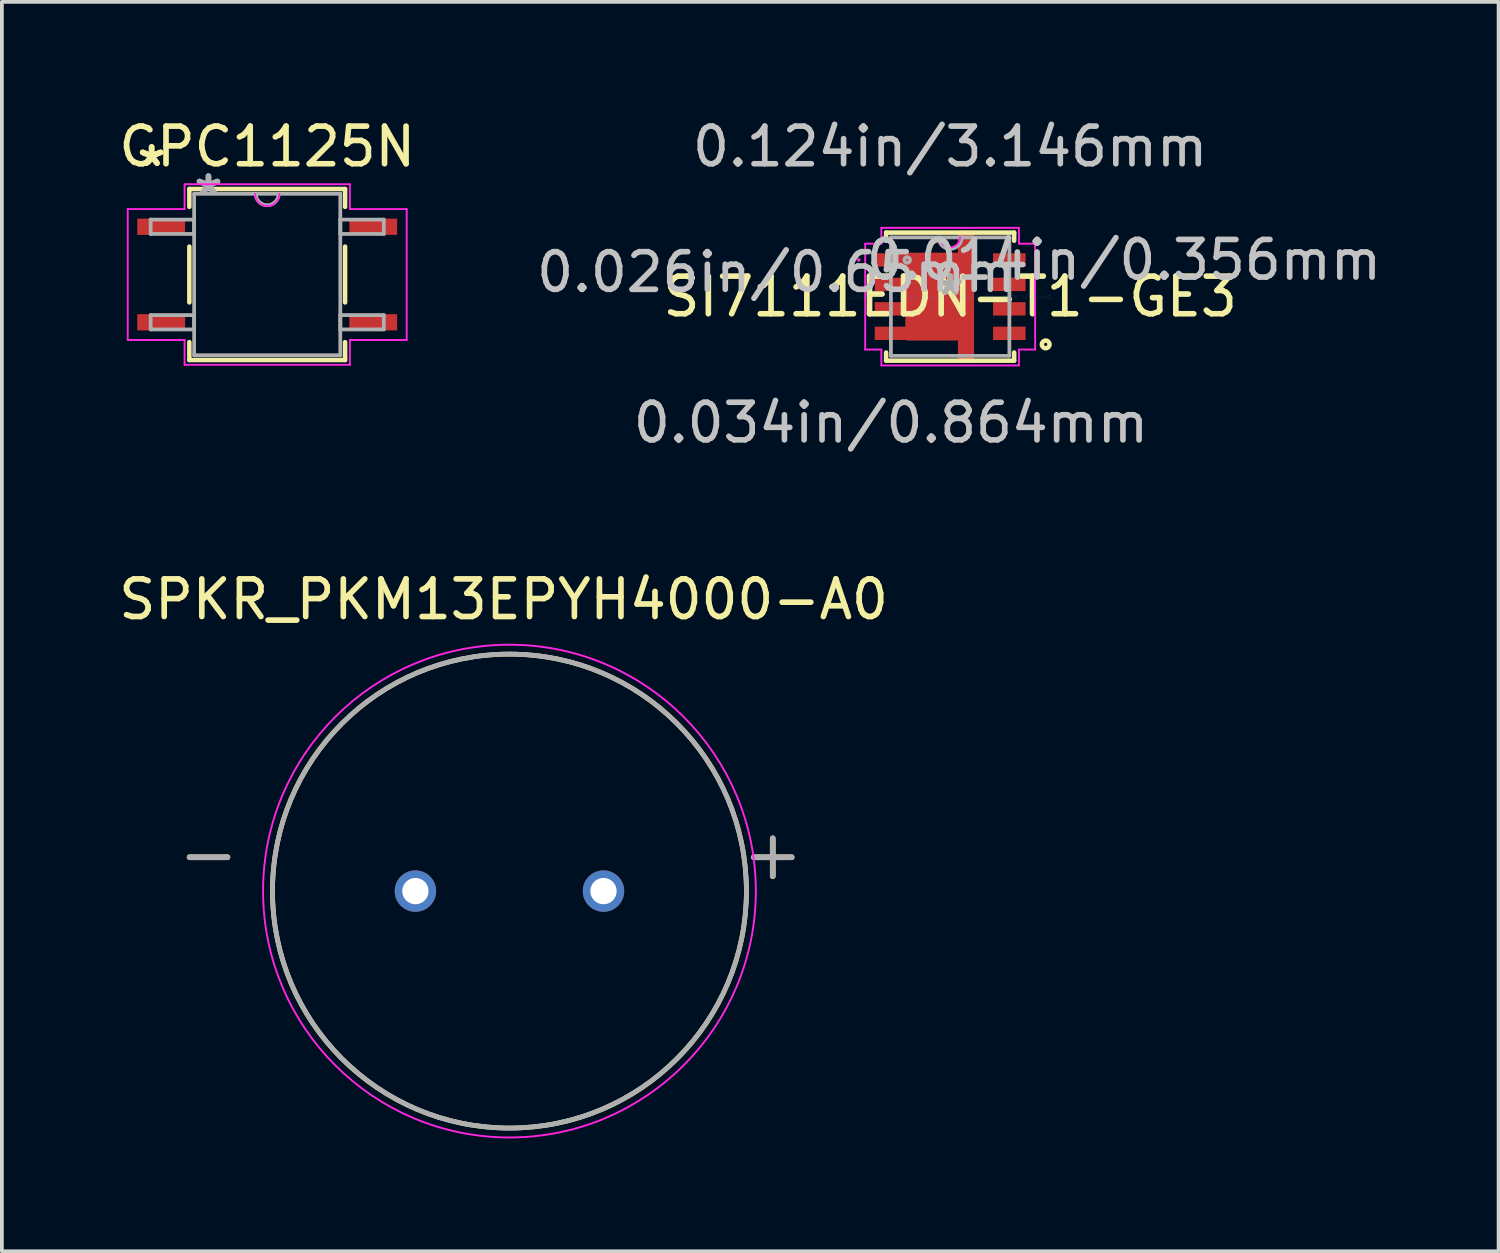
<source format=kicad_pcb>
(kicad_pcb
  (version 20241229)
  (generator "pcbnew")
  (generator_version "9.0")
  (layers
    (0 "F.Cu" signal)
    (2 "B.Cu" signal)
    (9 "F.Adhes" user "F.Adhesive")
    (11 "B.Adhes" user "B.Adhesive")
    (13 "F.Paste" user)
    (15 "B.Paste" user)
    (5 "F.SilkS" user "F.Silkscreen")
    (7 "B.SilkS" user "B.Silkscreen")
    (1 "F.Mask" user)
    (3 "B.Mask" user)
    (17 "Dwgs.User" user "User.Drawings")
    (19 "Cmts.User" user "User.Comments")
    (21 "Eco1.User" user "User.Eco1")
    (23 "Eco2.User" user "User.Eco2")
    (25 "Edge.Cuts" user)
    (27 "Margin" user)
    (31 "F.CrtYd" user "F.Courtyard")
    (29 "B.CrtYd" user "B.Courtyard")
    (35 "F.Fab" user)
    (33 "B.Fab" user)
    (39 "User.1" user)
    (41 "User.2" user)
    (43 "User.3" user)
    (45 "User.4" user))
  (footprint "SPKR_PKM13EPYH4000-A0"
    (layer "F.Cu")
    (at 10.494 20.64)
    (property "Reference" "SPKR_PKM13EPYH4000-A0" (at -0.155 -7.755 0) (layer "F.SilkS") (effects (font (size 1 1) (thickness 0.15))))
    (attr through_hole)
    (fp_circle (center 0 0) (end 6.3 0) (stroke (width 0.127) (type solid)) (fill no) (layer "F.SilkS"))
    (fp_circle (center 0 0) (end 6.55 0) (stroke (width 0.05) (type solid)) (fill no) (layer "F.CrtYd"))
    (fp_circle (center 0 0) (end 6.3 0) (stroke (width 0.127) (type solid)) (fill no) (layer "F.Fab"))
    (fp_text user "-" (at -8 -1 0) (layer "F.SilkS") (effects (font (size 1.32 1.32) (thickness 0.15))))
    (fp_text user "+" (at 7 -1 0) (layer "F.SilkS") (effects (font (size 1.32 1.32) (thickness 0.15))))
    (fp_text user "-" (at -8 -1 0) (layer "F.Fab") (effects (font (size 1.32 1.32) (thickness 0.15))))
    (fp_text user "+" (at 7 -1 0) (layer "F.Fab") (effects (font (size 1.32 1.32) (thickness 0.15))))
    (pad "N" thru_hole circle (at -2.5 0) (size 1.1 1.1) (drill 0.7) (layers "*.Cu" "*.Mask"))
    (pad "P" thru_hole circle (at 2.5 0) (size 1.1 1.1) (drill 0.7) (layers "*.Cu" "*.Mask")))
  (footprint "CPC1125N"
    (layer "F.Cu")
    (at 4.054 4.248)
    (property "Reference" "CPC1125N" (at 0 -3.4 0) (layer "F.SilkS") (effects (font (size 1 1) (thickness 0.15))))
    (attr through_hole)
    (fp_line (start -2.07 -2.273) (end -2.07 -1.798) (stroke (width 0.12) (type solid)) (layer "F.SilkS"))
    (fp_line (start -2.07 -0.742) (end -2.07 0.742) (stroke (width 0.12) (type solid)) (layer "F.SilkS"))
    (fp_line (start -2.07 1.798) (end -2.07 2.273) (stroke (width 0.12) (type solid)) (layer "F.SilkS"))
    (fp_line (start -2.07 2.273) (end 2.07 2.273) (stroke (width 0.12) (type solid)) (layer "F.SilkS"))
    (fp_line (start 2.07 -2.273) (end -2.07 -2.273) (stroke (width 0.12) (type solid)) (layer "F.SilkS"))
    (fp_line (start 2.07 -1.798) (end 2.07 -2.273) (stroke (width 0.12) (type solid)) (layer "F.SilkS"))
    (fp_line (start 2.07 0.742) (end 2.07 -0.742) (stroke (width 0.12) (type solid)) (layer "F.SilkS"))
    (fp_line (start 2.07 2.273) (end 2.07 1.798) (stroke (width 0.12) (type solid)) (layer "F.SilkS"))
    (fp_line (start -3.708 -1.74) (end -2.197 -1.74) (stroke (width 0.05) (type solid)) (layer "F.CrtYd"))
    (fp_line (start -3.708 1.74) (end -3.708 -1.74) (stroke (width 0.05) (type solid)) (layer "F.CrtYd"))
    (fp_line (start -2.197 -2.4) (end 2.197 -2.4) (stroke (width 0.05) (type solid)) (layer "F.CrtYd"))
    (fp_line (start -2.197 -1.74) (end -2.197 -2.4) (stroke (width 0.05) (type solid)) (layer "F.CrtYd"))
    (fp_line (start -2.197 1.74) (end -3.708 1.74) (stroke (width 0.05) (type solid)) (layer "F.CrtYd"))
    (fp_line (start -2.197 2.4) (end -2.197 1.74) (stroke (width 0.05) (type solid)) (layer "F.CrtYd"))
    (fp_line (start 2.197 -2.4) (end 2.197 -1.74) (stroke (width 0.05) (type solid)) (layer "F.CrtYd"))
    (fp_line (start 2.197 -1.74) (end 3.708 -1.74) (stroke (width 0.05) (type solid)) (layer "F.CrtYd"))
    (fp_line (start 2.197 1.74) (end 2.197 2.4) (stroke (width 0.05) (type solid)) (layer "F.CrtYd"))
    (fp_line (start 2.197 2.4) (end -2.197 2.4) (stroke (width 0.05) (type solid)) (layer "F.CrtYd"))
    (fp_line (start 3.708 -1.74) (end 3.708 1.74) (stroke (width 0.05) (type solid)) (layer "F.CrtYd"))
    (fp_line (start 3.708 1.74) (end 2.197 1.74) (stroke (width 0.05) (type solid)) (layer "F.CrtYd"))
    (fp_arc (start 0.32385 -2.1463) (mid 0 -1.82245) (end -0.32385 -2.1463) (stroke (width 0.05) (type solid)) (layer "F.CrtYd"))
    (fp_line (start -3.099 -1.46) (end -3.099 -1.079) (stroke (width 0.1) (type solid)) (layer "F.Fab"))
    (fp_line (start -3.099 -1.079) (end -1.943 -1.079) (stroke (width 0.1) (type solid)) (layer "F.Fab"))
    (fp_line (start -3.099 1.079) (end -3.099 1.46) (stroke (width 0.1) (type solid)) (layer "F.Fab"))
    (fp_line (start -3.099 1.46) (end -1.943 1.46) (stroke (width 0.1) (type solid)) (layer "F.Fab"))
    (fp_line (start -1.943 -2.146) (end -1.943 2.146) (stroke (width 0.1) (type solid)) (layer "F.Fab"))
    (fp_line (start -1.943 -1.46) (end -3.099 -1.46) (stroke (width 0.1) (type solid)) (layer "F.Fab"))
    (fp_line (start -1.943 -1.079) (end -1.943 -1.46) (stroke (width 0.1) (type solid)) (layer "F.Fab"))
    (fp_line (start -1.943 1.079) (end -3.099 1.079) (stroke (width 0.1) (type solid)) (layer "F.Fab"))
    (fp_line (start -1.943 1.46) (end -1.943 1.079) (stroke (width 0.1) (type solid)) (layer "F.Fab"))
    (fp_line (start -1.943 2.146) (end 1.943 2.146) (stroke (width 0.1) (type solid)) (layer "F.Fab"))
    (fp_line (start 1.943 -2.146) (end -1.943 -2.146) (stroke (width 0.1) (type solid)) (layer "F.Fab"))
    (fp_line (start 1.943 -1.46) (end 1.943 -1.079) (stroke (width 0.1) (type solid)) (layer "F.Fab"))
    (fp_line (start 1.943 -1.079) (end 3.099 -1.079) (stroke (width 0.1) (type solid)) (layer "F.Fab"))
    (fp_line (start 1.943 1.079) (end 1.943 1.46) (stroke (width 0.1) (type solid)) (layer "F.Fab"))
    (fp_line (start 1.943 1.46) (end 3.099 1.46) (stroke (width 0.1) (type solid)) (layer "F.Fab"))
    (fp_line (start 1.943 2.146) (end 1.943 -2.146) (stroke (width 0.1) (type solid)) (layer "F.Fab"))
    (fp_line (start 3.099 -1.46) (end 1.943 -1.46) (stroke (width 0.1) (type solid)) (layer "F.Fab"))
    (fp_line (start 3.099 -1.079) (end 3.099 -1.46) (stroke (width 0.1) (type solid)) (layer "F.Fab"))
    (fp_line (start 3.099 1.079) (end 1.943 1.079) (stroke (width 0.1) (type solid)) (layer "F.Fab"))
    (fp_line (start 3.099 1.46) (end 3.099 1.079) (stroke (width 0.1) (type solid)) (layer "F.Fab"))
    (fp_arc (start 0.3048 -2.1463) (mid 0 -1.8415) (end -0.3048 -2.1463) (stroke (width 0.1) (type solid)) (layer "F.Fab"))
    (fp_text user "*" (at -3.073 -2.845 0) (layer "F.SilkS") (effects (font (size 1 1) (thickness 0.15))))
    (fp_text user "*" (at -3.073 -2.845 0) (layer "F.SilkS") (effects (font (size 1 1) (thickness 0.15))))
    (fp_text user "*" (at -1.562 -2.07 0) (layer "F.Fab") (effects (font (size 1 1) (thickness 0.15))))
    (fp_text user "*" (at -1.562 -2.07 0) (layer "F.Fab") (effects (font (size 1 1) (thickness 0.15))))
    (pad "1" smd rect (at -2.819 -1.27) (size 1.27 0.432) (layers "F.Cu" "F.Mask" "F.Paste"))
    (pad "2" smd rect (at -2.819 1.27) (size 1.27 0.432) (layers "F.Cu" "F.Mask" "F.Paste"))
    (pad "3" smd rect (at 2.819 1.27) (size 1.27 0.432) (layers "F.Cu" "F.Mask" "F.Paste"))
    (pad "4" smd rect (at 2.819 -1.27) (size 1.27 0.432) (layers "F.Cu" "F.Mask" "F.Paste")))
  (footprint "SI7111EDN-T1-GE3"
    (layer "F.Cu")
    (at 22.21 4.836)
    (property "Reference" "SI7111EDN-T1-GE3" (at 0 0 0) (layer "F.SilkS") (effects (font (size 1 1) (thickness 0.15))))
    (attr through_hole)
    (fp_poly (pts (xy -1.141 -1.118) (xy 0.256 -1.118) (xy 0.256 -1.702) (xy 0.586 -1.702) (xy 0.586 1.702) (xy 0.256 1.702) (xy 0.256 1.118) (xy -1.141 1.118)) (stroke (width 0.1) (type solid)) (fill yes) (layer "F.Cu"))
    (fp_poly (pts (xy -1.141 -1.118) (xy 0.256 -1.118) (xy 0.256 -1.702) (xy 0.586 -1.702) (xy 0.586 1.702) (xy 0.256 1.702) (xy 0.256 1.118) (xy -1.141 1.118)) (stroke (width 0.1) (type solid)) (fill yes) (layer "F.Mask"))
    (fp_line (start -1.702 -1.702) (end -1.702 -1.486) (stroke (width 0.12) (type solid)) (layer "F.SilkS"))
    (fp_line (start -1.702 1.486) (end -1.702 1.702) (stroke (width 0.12) (type solid)) (layer "F.SilkS"))
    (fp_line (start -1.702 1.702) (end 1.702 1.702) (stroke (width 0.12) (type solid)) (layer "F.SilkS"))
    (fp_line (start 1.702 -1.702) (end -1.702 -1.702) (stroke (width 0.12) (type solid)) (layer "F.SilkS"))
    (fp_line (start 1.702 -1.486) (end 1.702 -1.702) (stroke (width 0.12) (type solid)) (layer "F.SilkS"))
    (fp_line (start 1.702 1.702) (end 1.702 1.486) (stroke (width 0.12) (type solid)) (layer "F.SilkS"))
    (fp_circle (center 2.54 1.27) (end 2.642 1.27) (stroke (width 0.12) (type solid)) (fill no) (layer "F.SilkS"))
    (fp_poly (pts (xy -1.141 -1.118) (xy 0.256 -1.118) (xy 0.256 -1.702) (xy 0.586 -1.702) (xy 0.586 1.702) (xy 0.256 1.702) (xy 0.256 1.118) (xy -1.141 1.118)) (stroke (width 0.1) (type solid)) (fill yes) (layer "F.Paste"))
    (fp_line (start -2.259 -1.407) (end -1.829 -1.407) (stroke (width 0.05) (type solid)) (layer "F.CrtYd"))
    (fp_line (start -2.259 1.407) (end -2.259 -1.407) (stroke (width 0.05) (type solid)) (layer "F.CrtYd"))
    (fp_line (start -1.829 -1.829) (end 1.829 -1.829) (stroke (width 0.05) (type solid)) (layer "F.CrtYd"))
    (fp_line (start -1.829 -1.407) (end -1.829 -1.829) (stroke (width 0.05) (type solid)) (layer "F.CrtYd"))
    (fp_line (start -1.829 1.407) (end -2.259 1.407) (stroke (width 0.05) (type solid)) (layer "F.CrtYd"))
    (fp_line (start -1.829 1.829) (end -1.829 1.407) (stroke (width 0.05) (type solid)) (layer "F.CrtYd"))
    (fp_line (start 1.829 -1.829) (end 1.829 -1.407) (stroke (width 0.05) (type solid)) (layer "F.CrtYd"))
    (fp_line (start 1.829 -1.407) (end 2.259 -1.407) (stroke (width 0.05) (type solid)) (layer "F.CrtYd"))
    (fp_line (start 1.829 1.407) (end 1.829 1.829) (stroke (width 0.05) (type solid)) (layer "F.CrtYd"))
    (fp_line (start 1.829 1.829) (end -1.829 1.829) (stroke (width 0.05) (type solid)) (layer "F.CrtYd"))
    (fp_line (start 2.259 -1.407) (end 2.259 1.407) (stroke (width 0.05) (type solid)) (layer "F.CrtYd"))
    (fp_line (start 2.259 1.407) (end 1.829 1.407) (stroke (width 0.05) (type solid)) (layer "F.CrtYd"))
    (fp_arc (start 0.262467 -1.5748) (mid 0 -1.312333) (end -0.262467 -1.5748) (stroke (width 0.05) (type solid)) (layer "F.CrtYd"))
    (fp_circle (center -2.431 -0.975) (end -2.431 -0.975) (stroke (width 0.05) (type solid)) (fill no) (layer "F.CrtYd"))
    (fp_line (start -1.575 -1.575) (end -1.575 1.575) (stroke (width 0.1) (type solid)) (layer "F.Fab"))
    (fp_line (start -1.575 1.575) (end 1.575 1.575) (stroke (width 0.1) (type solid)) (layer "F.Fab"))
    (fp_line (start 1.575 -1.575) (end -1.575 -1.575) (stroke (width 0.1) (type solid)) (layer "F.Fab"))
    (fp_line (start 1.575 1.575) (end 1.575 -1.575) (stroke (width 0.1) (type solid)) (layer "F.Fab"))
    (fp_arc (start 0.3048 -1.5748) (mid 0 -1.27) (end -0.3048 -1.5748) (stroke (width 0.1) (type solid)) (layer "F.Fab"))
    (fp_circle (center -1.141 -0.975) (end -1.065 -0.975) (stroke (width 0.1) (type solid)) (fill no) (layer "F.Fab"))
    (fp_text user "*" (at 0 0 0) (layer "F.SilkS") (effects (font (size 1 1) (thickness 0.15))))
    (fp_text user "0.034in/0.864mm" (at -1.573 3.353 0) (layer "Dwgs.User") (effects (font (size 1 1) (thickness 0.15))))
    (fp_text user "0.026in/0.65mm" (at -4.621 -0.65 0) (layer "Dwgs.User") (effects (font (size 1 1) (thickness 0.15))))
    (fp_text user "0.014in/0.356mm" (at 4.621 -0.975 0) (layer "Dwgs.User") (effects (font (size 1 1) (thickness 0.15))))
    (fp_text user "0.124in/3.146mm" (at 0 -3.988 0) (layer "Dwgs.User") (effects (font (size 1 1) (thickness 0.15))))
    (fp_text user "Copyright 2021 Accelerated Designs. All rights reserved." (at 0 0 0) (layer "Cmts.User") (effects (font (size 0.127 0.127) (thickness 0.002))))
    (fp_text user "*" (at 0 0 0) (layer "F.Fab") (effects (font (size 1 1) (thickness 0.15))))
    (pad "1" smd rect (at 1.573 0.975) (size 0.864 0.356) (layers "F.Cu" "F.Mask" "F.Paste"))
    (pad "2" smd rect (at 1.573 0.325) (size 0.864 0.356) (layers "F.Cu" "F.Mask" "F.Paste"))
    (pad "3" smd rect (at 1.573 -0.325) (size 0.864 0.356) (layers "F.Cu" "F.Mask" "F.Paste"))
    (pad "4" smd rect (at 1.573 -0.975) (size 0.864 0.356) (layers "F.Cu" "F.Mask" "F.Paste"))
    (pad "5" smd rect (at -1.573 -0.975) (size 0.864 0.356) (layers "F.Cu" "F.Mask" "F.Paste"))
    (pad "6" smd rect (at -1.573 -0.325) (size 0.864 0.356) (layers "F.Cu" "F.Mask" "F.Paste"))
    (pad "7" smd rect (at -1.573 0.325) (size 0.864 0.356) (layers "F.Cu" "F.Mask" "F.Paste"))
    (pad "8" smd rect (at -1.573 0.975) (size 0.864 0.356) (layers "F.Cu" "F.Mask" "F.Paste")))
  (gr_rect
    (start -3 -3)
    (end 36.79 30.215)
    (stroke (width 0.1) (type default))
    (fill no)
    (layer "Edge.Cuts")))
</source>
